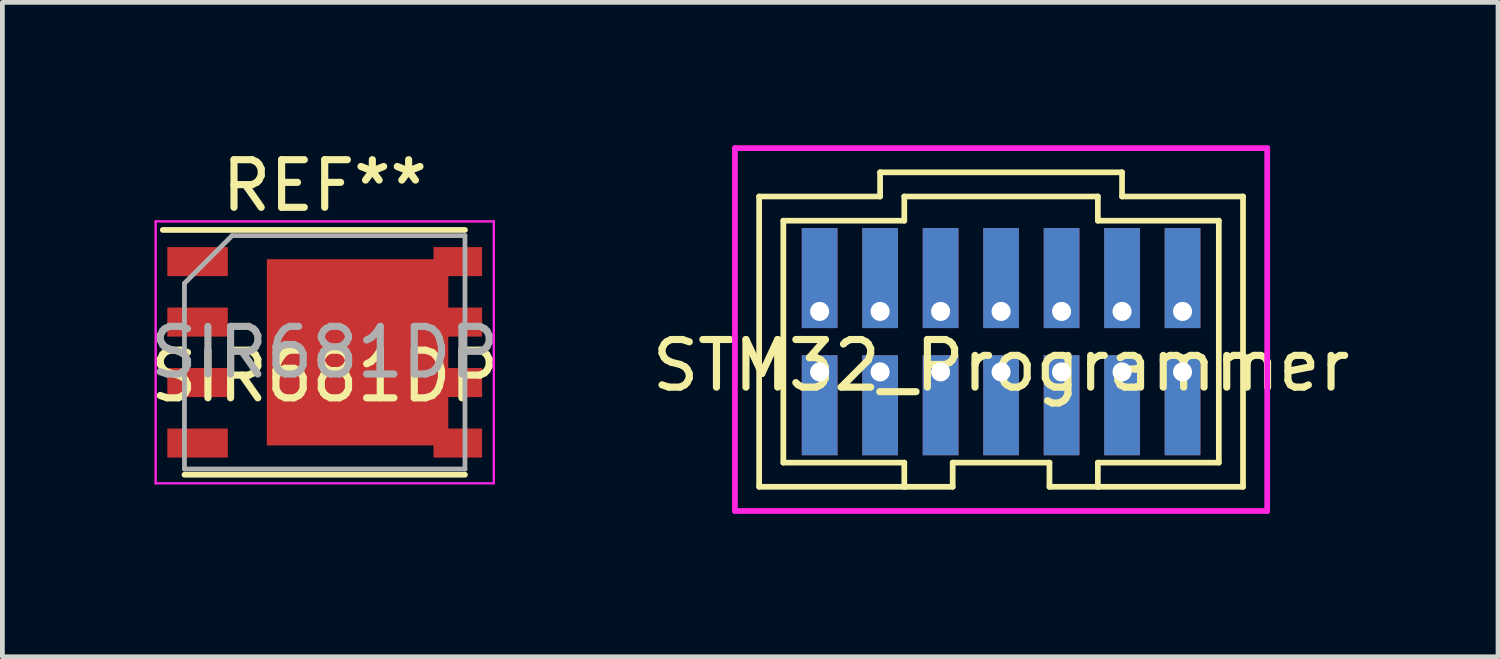
<source format=kicad_pcb>
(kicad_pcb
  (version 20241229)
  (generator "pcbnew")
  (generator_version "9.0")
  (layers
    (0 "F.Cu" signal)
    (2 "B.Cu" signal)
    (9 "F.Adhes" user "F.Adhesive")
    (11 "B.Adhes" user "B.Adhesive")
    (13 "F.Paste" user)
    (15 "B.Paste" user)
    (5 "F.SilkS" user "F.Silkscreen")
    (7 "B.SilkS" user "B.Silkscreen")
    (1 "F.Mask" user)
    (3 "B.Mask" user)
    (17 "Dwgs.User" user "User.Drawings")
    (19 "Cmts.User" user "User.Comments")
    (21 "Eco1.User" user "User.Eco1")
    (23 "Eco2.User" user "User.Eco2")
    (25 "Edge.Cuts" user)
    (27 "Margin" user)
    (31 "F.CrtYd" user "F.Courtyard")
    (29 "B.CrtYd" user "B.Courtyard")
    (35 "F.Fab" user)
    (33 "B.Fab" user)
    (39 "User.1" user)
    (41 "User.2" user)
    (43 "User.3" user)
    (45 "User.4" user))
  (footprint "STM32_Programmer"
    (layer "F.Cu")
    (at 17.97 4.124)
    (property "Reference" "STM32_Programmer" (at 0 0.5 0) (layer "F.SilkS") (effects (font (size 1 1) (thickness 0.15))))
    (attr through_hole)
    (fp_line (start -5.08 -3.048) (end -5.08 3.048) (stroke (width 0.12) (type solid)) (layer "F.SilkS"))
    (fp_line (start -5.08 3.048) (end -2.032 3.048) (stroke (width 0.12) (type solid)) (layer "F.SilkS"))
    (fp_line (start -4.572 -2.54) (end -4.572 2.54) (stroke (width 0.12) (type solid)) (layer "F.SilkS"))
    (fp_line (start -4.572 2.54) (end -2.032 2.54) (stroke (width 0.12) (type solid)) (layer "F.SilkS"))
    (fp_line (start -2.54 -3.556) (end -2.54 -3.048) (stroke (width 0.12) (type solid)) (layer "F.SilkS"))
    (fp_line (start -2.54 -3.048) (end -5.08 -3.048) (stroke (width 0.12) (type solid)) (layer "F.SilkS"))
    (fp_line (start -2.032 -3.048) (end -2.032 -2.54) (stroke (width 0.12) (type solid)) (layer "F.SilkS"))
    (fp_line (start -2.032 -2.54) (end -4.572 -2.54) (stroke (width 0.12) (type solid)) (layer "F.SilkS"))
    (fp_line (start -2.032 2.54) (end -2.032 3.048) (stroke (width 0.12) (type solid)) (layer "F.SilkS"))
    (fp_line (start -2.032 3.048) (end -1.016 3.048) (stroke (width 0.12) (type solid)) (layer "F.SilkS"))
    (fp_line (start -1.016 2.54) (end 1.016 2.54) (stroke (width 0.12) (type solid)) (layer "F.SilkS"))
    (fp_line (start -1.016 3.048) (end -1.016 2.54) (stroke (width 0.12) (type solid)) (layer "F.SilkS"))
    (fp_line (start 1.016 2.54) (end 1.016 3.048) (stroke (width 0.12) (type solid)) (layer "F.SilkS"))
    (fp_line (start 1.016 3.048) (end 2.032 3.048) (stroke (width 0.12) (type solid)) (layer "F.SilkS"))
    (fp_line (start 2.032 -3.048) (end -2.032 -3.048) (stroke (width 0.12) (type solid)) (layer "F.SilkS"))
    (fp_line (start 2.032 -2.54) (end 2.032 -3.048) (stroke (width 0.12) (type solid)) (layer "F.SilkS"))
    (fp_line (start 2.032 2.54) (end 4.572 2.54) (stroke (width 0.12) (type solid)) (layer "F.SilkS"))
    (fp_line (start 2.032 3.048) (end 2.032 2.54) (stroke (width 0.12) (type solid)) (layer "F.SilkS"))
    (fp_line (start 2.032 3.048) (end 5.08 3.048) (stroke (width 0.12) (type solid)) (layer "F.SilkS"))
    (fp_line (start 2.54 -3.556) (end -2.54 -3.556) (stroke (width 0.12) (type solid)) (layer "F.SilkS"))
    (fp_line (start 2.54 -3.048) (end 2.54 -3.556) (stroke (width 0.12) (type solid)) (layer "F.SilkS"))
    (fp_line (start 4.572 -2.54) (end 2.032 -2.54) (stroke (width 0.12) (type solid)) (layer "F.SilkS"))
    (fp_line (start 4.572 2.54) (end 4.572 -2.54) (stroke (width 0.12) (type solid)) (layer "F.SilkS"))
    (fp_line (start 5.08 -3.048) (end 2.54 -3.048) (stroke (width 0.12) (type solid)) (layer "F.SilkS"))
    (fp_line (start 5.08 3.048) (end 5.08 -3.048) (stroke (width 0.12) (type solid)) (layer "F.SilkS"))
    (fp_line (start -5.588 -4.064) (end 5.588 -4.064) (stroke (width 0.12) (type solid)) (layer "F.CrtYd"))
    (fp_line (start -5.588 3.556) (end -5.588 -4.064) (stroke (width 0.12) (type solid)) (layer "F.CrtYd"))
    (fp_line (start 5.588 -4.064) (end 5.588 3.556) (stroke (width 0.12) (type solid)) (layer "F.CrtYd"))
    (fp_line (start 5.588 3.556) (end -5.588 3.556) (stroke (width 0.12) (type solid)) (layer "F.CrtYd"))
    (pad "1" thru_hole rect (at -3.81 0.635 270) (size 2.1 0.75) (drill 0.4 (offset 0.7 0)) (layers "*.Cu" "*.Mask"))
    (pad "2" thru_hole rect (at -3.81 -0.635 90) (size 2.1 0.75) (drill 0.4 (offset 0.7 0)) (layers "*.Cu" "*.Mask"))
    (pad "3" thru_hole rect (at -2.54 0.635 270) (size 2.1 0.75) (drill 0.4 (offset 0.7 0)) (layers "*.Cu" "*.Mask"))
    (pad "4" thru_hole rect (at -2.54 -0.635 90) (size 2.1 0.75) (drill 0.4 (offset 0.7 0)) (layers "*.Cu" "*.Mask"))
    (pad "5" thru_hole rect (at -1.27 0.635 270) (size 2.1 0.75) (drill 0.4 (offset 0.7 0)) (layers "*.Cu" "*.Mask"))
    (pad "6" thru_hole rect (at -1.27 -0.635 90) (size 2.1 0.75) (drill 0.4 (offset 0.7 0)) (layers "*.Cu" "*.Mask"))
    (pad "7" thru_hole rect (at 0 0.635 270) (size 2.1 0.75) (drill 0.4 (offset 0.7 0)) (layers "*.Cu" "*.Mask"))
    (pad "8" thru_hole rect (at 0 -0.635 90) (size 2.1 0.75) (drill 0.4 (offset 0.7 0)) (layers "*.Cu" "*.Mask"))
    (pad "9" thru_hole rect (at 1.27 0.635 270) (size 2.1 0.75) (drill 0.4 (offset 0.7 0)) (layers "*.Cu" "*.Mask"))
    (pad "10" thru_hole rect (at 1.27 -0.635 90) (size 2.1 0.75) (drill 0.4 (offset 0.7 0)) (layers "*.Cu" "*.Mask"))
    (pad "11" thru_hole rect (at 2.54 0.635 270) (size 2.1 0.75) (drill 0.4 (offset 0.7 0)) (layers "*.Cu" "*.Mask"))
    (pad "12" thru_hole rect (at 2.54 -0.635 90) (size 2.1 0.75) (drill 0.4 (offset 0.7 0)) (layers "*.Cu" "*.Mask"))
    (pad "13" thru_hole rect (at 3.81 0.635 270) (size 2.1 0.75) (drill 0.4 (offset 0.7 0)) (layers "*.Cu" "*.Mask"))
    (pad "14" thru_hole rect (at 3.81 -0.635 90) (size 2.1 0.75) (drill 0.4 (offset 0.7 0)) (layers "*.Cu" "*.Mask")))
  (footprint "SIR681DP"
    (layer "F.Cu")
    (at 3.768 4.348)
    (property "Reference" "SIR681DP" (at 0 0.5 0) (layer "F.SilkS") (effects (font (size 1 1) (thickness 0.15))))
    (attr through_hole)
    (fp_line (start -3.4 -2.57) (end 2.945 -2.57) (stroke (width 0.12) (type solid)) (layer "F.SilkS"))
    (fp_line (start -2.945 2.57) (end 2.945 2.57) (stroke (width 0.12) (type solid)) (layer "F.SilkS"))
    (fp_line (start -3.55 -2.75) (end -3.55 2.75) (stroke (width 0.05) (type solid)) (layer "F.CrtYd"))
    (fp_line (start -3.55 -2.75) (end 3.55 -2.75) (stroke (width 0.05) (type solid)) (layer "F.CrtYd"))
    (fp_line (start -3.55 2.75) (end 3.55 2.75) (stroke (width 0.05) (type solid)) (layer "F.CrtYd"))
    (fp_line (start 3.55 -2.75) (end 3.55 2.75) (stroke (width 0.05) (type solid)) (layer "F.CrtYd"))
    (fp_line (start -2.945 2.45) (end -2.945 -1.45) (stroke (width 0.1) (type solid)) (layer "F.Fab"))
    (fp_line (start -1.945 -2.45) (end -2.945 -1.45) (stroke (width 0.1) (type solid)) (layer "F.Fab"))
    (fp_line (start -1.945 -2.45) (end 2.945 -2.45) (stroke (width 0.1) (type solid)) (layer "F.Fab"))
    (fp_line (start 2.945 -2.45) (end 2.945 2.45) (stroke (width 0.1) (type solid)) (layer "F.Fab"))
    (fp_line (start 2.945 2.45) (end -2.945 2.45) (stroke (width 0.1) (type solid)) (layer "F.Fab"))
    (fp_text user "REF**" (at 0 -3.5 0) (layer "F.SilkS") (effects (font (size 1 1) (thickness 0.15))))
    (fp_text user "${REFERENCE}" (at 0 0 0) (layer "F.Fab") (effects (font (size 1 1) (thickness 0.15))))
    (pad "1" smd rect (at -2.67 -1.905) (size 1.27 0.61) (layers "F.Cu" "F.Mask" "F.Paste"))
    (pad "1" smd rect (at -2.67 -0.635) (size 1.27 0.61) (layers "F.Cu" "F.Mask" "F.Paste"))
    (pad "1" smd rect (at -2.67 0.635) (size 1.27 0.61) (layers "F.Cu" "F.Mask" "F.Paste"))
    (pad "2" smd rect (at -2.67 1.905) (size 1.27 0.61) (layers "F.Cu" "F.Mask" "F.Paste"))
    (pad "3" smd rect (at 0.69 0) (size 3.81 3.91) (layers "F.Cu" "F.Mask" "F.Paste"))
    (pad "3" smd rect (at 2.795 -1.905) (size 1.02 0.61) (layers "F.Cu" "F.Mask" "F.Paste"))
    (pad "3" smd rect (at 2.795 -0.635) (size 1.02 0.61) (layers "F.Cu" "F.Mask" "F.Paste"))
    (pad "3" smd rect (at 2.795 0.635) (size 1.02 0.61) (layers "F.Cu" "F.Mask" "F.Paste"))
    (pad "3" smd rect (at 2.795 1.905) (size 1.02 0.61) (layers "F.Cu" "F.Mask" "F.Paste")))
  (gr_rect
    (start -3 -3)
    (end 28.405 10.74)
    (stroke (width 0.1) (type default))
    (fill no)
    (layer "Edge.Cuts")))
</source>
